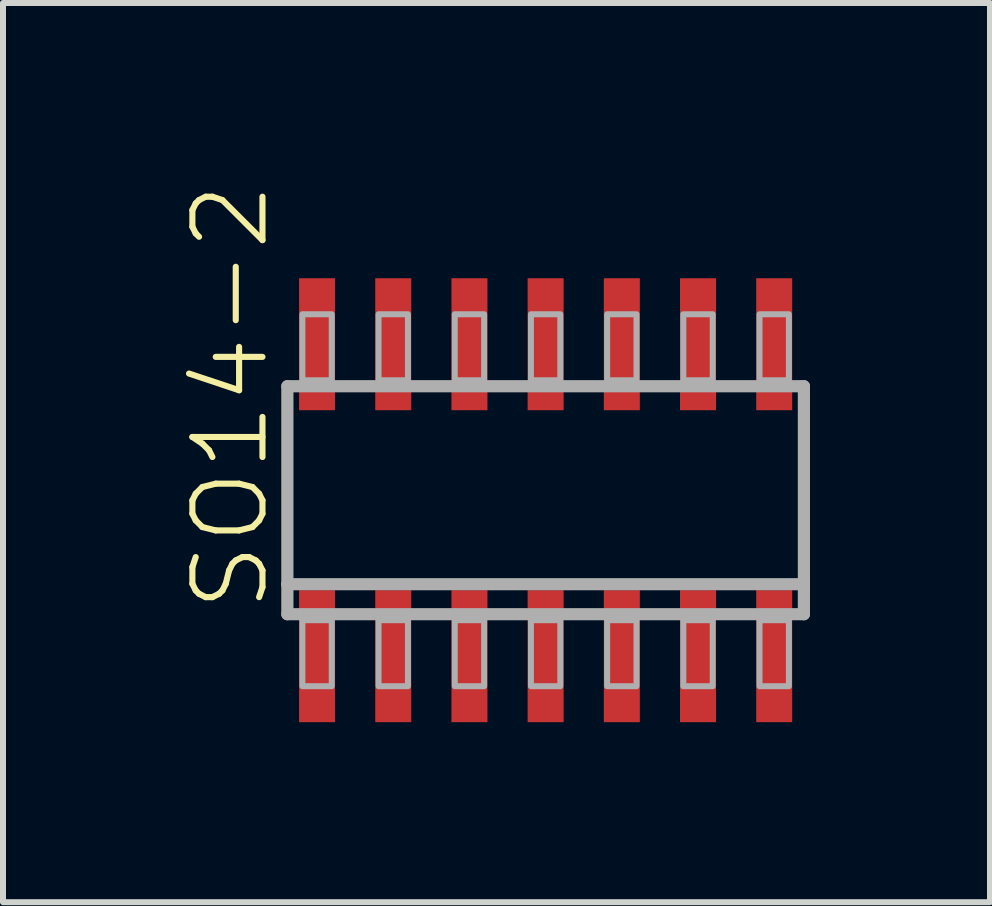
<source format=kicad_pcb>
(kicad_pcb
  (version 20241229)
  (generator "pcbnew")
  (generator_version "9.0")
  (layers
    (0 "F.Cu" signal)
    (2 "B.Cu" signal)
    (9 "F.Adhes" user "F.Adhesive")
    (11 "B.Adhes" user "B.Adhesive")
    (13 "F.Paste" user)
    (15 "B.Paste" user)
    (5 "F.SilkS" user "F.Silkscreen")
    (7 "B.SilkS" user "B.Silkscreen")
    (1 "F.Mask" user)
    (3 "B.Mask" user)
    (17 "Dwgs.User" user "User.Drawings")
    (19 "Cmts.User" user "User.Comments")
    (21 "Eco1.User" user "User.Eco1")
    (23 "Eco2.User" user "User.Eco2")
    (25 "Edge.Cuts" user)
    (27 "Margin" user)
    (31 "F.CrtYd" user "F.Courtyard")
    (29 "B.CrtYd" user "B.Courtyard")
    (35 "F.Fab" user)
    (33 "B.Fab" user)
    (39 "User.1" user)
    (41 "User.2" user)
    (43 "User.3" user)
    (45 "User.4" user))
  (footprint "SO14-2"
    (layer "F.Cu")
    (at 6.045 5.288)
    (property "Reference" "SO14-2" (at -4.572 1.905 90) (layer "F.SilkS") (effects (font (size 1.168 1.168) (thickness 0.102)) (justify left bottom)))
    (fp_line (start -4.305 -1.9) (end 4.305 -1.9) (stroke (width 0.203) (type solid)) (layer "F.Fab"))
    (fp_line (start -4.305 1.4) (end -4.305 -1.9) (stroke (width 0.203) (type solid)) (layer "F.Fab"))
    (fp_line (start -4.305 1.9) (end -4.305 1.4) (stroke (width 0.203) (type solid)) (layer "F.Fab"))
    (fp_line (start 4.305 -1.9) (end 4.305 1.4) (stroke (width 0.203) (type solid)) (layer "F.Fab"))
    (fp_line (start 4.305 1.4) (end -4.305 1.4) (stroke (width 0.203) (type solid)) (layer "F.Fab"))
    (fp_line (start 4.305 1.4) (end 4.305 1.9) (stroke (width 0.203) (type solid)) (layer "F.Fab"))
    (fp_line (start 4.305 1.9) (end -4.305 1.9) (stroke (width 0.203) (type solid)) (layer "F.Fab"))
    (fp_poly (pts (xy -4.055 -2) (xy -3.565 -2) (xy -3.565 -3.1) (xy -4.055 -3.1)) (stroke (width 0.1) (type solid)) (fill no) (layer "F.Fab"))
    (fp_poly (pts (xy -4.055 3.1) (xy -3.565 3.1) (xy -3.565 2) (xy -4.055 2)) (stroke (width 0.1) (type solid)) (fill no) (layer "F.Fab"))
    (fp_poly (pts (xy -2.785 -2) (xy -2.295 -2) (xy -2.295 -3.1) (xy -2.785 -3.1)) (stroke (width 0.1) (type solid)) (fill no) (layer "F.Fab"))
    (fp_poly (pts (xy -2.785 3.1) (xy -2.295 3.1) (xy -2.295 2) (xy -2.785 2)) (stroke (width 0.1) (type solid)) (fill no) (layer "F.Fab"))
    (fp_poly (pts (xy -1.515 -2) (xy -1.025 -2) (xy -1.025 -3.1) (xy -1.515 -3.1)) (stroke (width 0.1) (type solid)) (fill no) (layer "F.Fab"))
    (fp_poly (pts (xy -1.515 3.1) (xy -1.025 3.1) (xy -1.025 2) (xy -1.515 2)) (stroke (width 0.1) (type solid)) (fill no) (layer "F.Fab"))
    (fp_poly (pts (xy -0.245 -2) (xy 0.245 -2) (xy 0.245 -3.1) (xy -0.245 -3.1)) (stroke (width 0.1) (type solid)) (fill no) (layer "F.Fab"))
    (fp_poly (pts (xy -0.245 3.1) (xy 0.245 3.1) (xy 0.245 2) (xy -0.245 2)) (stroke (width 0.1) (type solid)) (fill no) (layer "F.Fab"))
    (fp_poly (pts (xy 1.025 -2) (xy 1.515 -2) (xy 1.515 -3.1) (xy 1.025 -3.1)) (stroke (width 0.1) (type solid)) (fill no) (layer "F.Fab"))
    (fp_poly (pts (xy 1.025 3.1) (xy 1.515 3.1) (xy 1.515 2) (xy 1.025 2)) (stroke (width 0.1) (type solid)) (fill no) (layer "F.Fab"))
    (fp_poly (pts (xy 2.295 -2) (xy 2.785 -2) (xy 2.785 -3.1) (xy 2.295 -3.1)) (stroke (width 0.1) (type solid)) (fill no) (layer "F.Fab"))
    (fp_poly (pts (xy 2.295 3.1) (xy 2.785 3.1) (xy 2.785 2) (xy 2.295 2)) (stroke (width 0.1) (type solid)) (fill no) (layer "F.Fab"))
    (fp_poly (pts (xy 3.565 -2) (xy 4.055 -2) (xy 4.055 -3.1) (xy 3.565 -3.1)) (stroke (width 0.1) (type solid)) (fill no) (layer "F.Fab"))
    (fp_poly (pts (xy 3.565 3.1) (xy 4.055 3.1) (xy 4.055 2) (xy 3.565 2)) (stroke (width 0.1) (type solid)) (fill no) (layer "F.Fab"))
    (pad "1" smd rect (at -3.81 2.6) (size 0.6 2.2) (layers "F.Cu" "F.Mask" "F.Paste"))
    (pad "2" smd rect (at -2.54 2.6) (size 0.6 2.2) (layers "F.Cu" "F.Mask" "F.Paste"))
    (pad "3" smd rect (at -1.27 2.6) (size 0.6 2.2) (layers "F.Cu" "F.Mask" "F.Paste"))
    (pad "4" smd rect (at 0 2.6) (size 0.6 2.2) (layers "F.Cu" "F.Mask" "F.Paste"))
    (pad "5" smd rect (at 1.27 2.6) (size 0.6 2.2) (layers "F.Cu" "F.Mask" "F.Paste"))
    (pad "6" smd rect (at 2.54 2.6) (size 0.6 2.2) (layers "F.Cu" "F.Mask" "F.Paste"))
    (pad "7" smd rect (at 3.81 2.6) (size 0.6 2.2) (layers "F.Cu" "F.Mask" "F.Paste"))
    (pad "8" smd rect (at 3.81 -2.6) (size 0.6 2.2) (layers "F.Cu" "F.Mask" "F.Paste"))
    (pad "9" smd rect (at 2.54 -2.6) (size 0.6 2.2) (layers "F.Cu" "F.Mask" "F.Paste"))
    (pad "10" smd rect (at 1.27 -2.6) (size 0.6 2.2) (layers "F.Cu" "F.Mask" "F.Paste"))
    (pad "11" smd rect (at 0 -2.6) (size 0.6 2.2) (layers "F.Cu" "F.Mask" "F.Paste"))
    (pad "12" smd rect (at -1.27 -2.6) (size 0.6 2.2) (layers "F.Cu" "F.Mask" "F.Paste"))
    (pad "13" smd rect (at -2.54 -2.6) (size 0.6 2.2) (layers "F.Cu" "F.Mask" "F.Paste"))
    (pad "14" smd rect (at -3.81 -2.6) (size 0.6 2.2) (layers "F.Cu" "F.Mask" "F.Paste")))
  (gr_rect
    (start -3 -3)
    (end 13.452 11.988)
    (stroke (width 0.1) (type default))
    (fill no)
    (layer "Edge.Cuts")))
</source>
